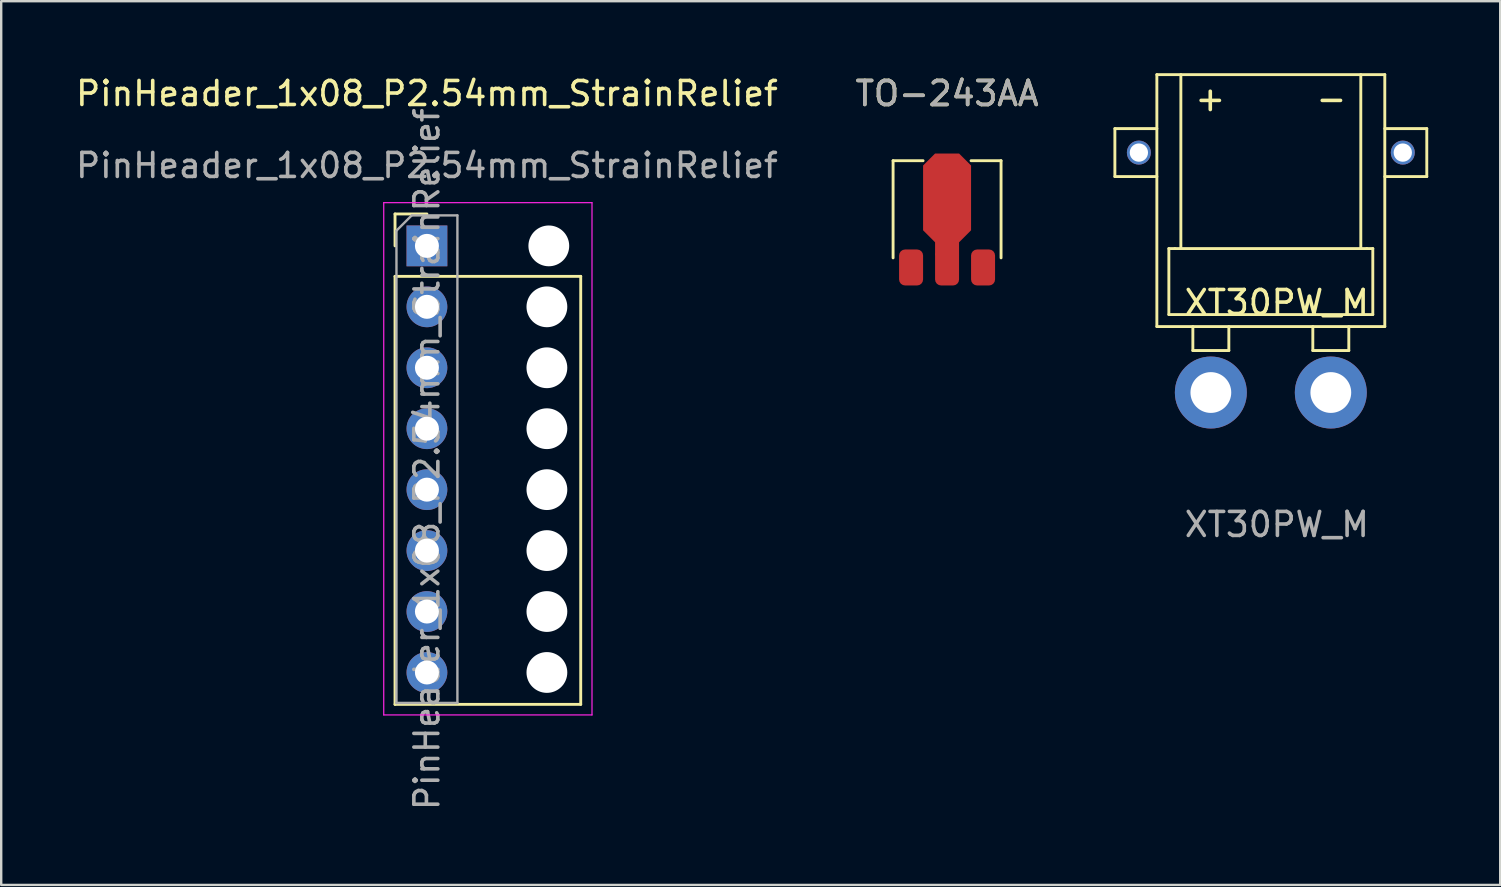
<source format=kicad_pcb>
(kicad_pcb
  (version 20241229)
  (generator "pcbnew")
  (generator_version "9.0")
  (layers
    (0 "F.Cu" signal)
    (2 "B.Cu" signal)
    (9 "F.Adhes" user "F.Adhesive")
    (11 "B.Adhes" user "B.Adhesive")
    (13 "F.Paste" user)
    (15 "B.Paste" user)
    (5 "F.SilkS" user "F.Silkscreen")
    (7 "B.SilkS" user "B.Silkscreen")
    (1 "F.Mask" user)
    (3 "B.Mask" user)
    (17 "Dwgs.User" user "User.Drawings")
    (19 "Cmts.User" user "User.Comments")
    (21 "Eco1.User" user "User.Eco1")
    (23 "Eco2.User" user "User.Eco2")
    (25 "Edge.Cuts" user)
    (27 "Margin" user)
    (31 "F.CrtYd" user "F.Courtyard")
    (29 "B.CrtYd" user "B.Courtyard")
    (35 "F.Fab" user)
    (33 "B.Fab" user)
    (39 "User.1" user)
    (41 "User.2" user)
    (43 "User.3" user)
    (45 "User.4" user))
  (footprint "TO-243AA"
    (layer "F.Cu")
    (at 36.423 8.098)
    (property "Reference" "TO-243AA" (at 0 -7.25 0) (unlocked yes) (layer "F.SilkS") (effects (font (size 1 1) (thickness 0.15))))
    (attr smd)
    (fp_poly (pts (xy 1 -4.25) (xy 1 -1.55) (xy 0.5 -1.05) (xy 0.5 -0.5) (xy -0.5 -0.5) (xy -0.5 -1.05) (xy -1 -1.55) (xy -1 -4.25) (xy -0.5 -4.75) (xy 0.5 -4.75)) (stroke (width 0) (type solid)) (fill yes) (layer "F.Cu"))
    (fp_poly (pts (xy 1 -4.251) (xy 1 -1.551) (xy 0.5 -1.051) (xy 0.5 -0.501) (xy -0.5 -0.501) (xy -0.5 -1.051) (xy -1 -1.551) (xy -1 -4.251) (xy -0.5 -4.751) (xy 0.5 -4.751)) (stroke (width 0) (type solid)) (fill yes) (layer "F.Mask"))
    (fp_line (start -2.25 -4.45) (end -2.25 -0.4) (stroke (width 0.12) (type solid)) (layer "F.SilkS"))
    (fp_line (start -1 -4.45) (end -2.25 -4.45) (stroke (width 0.12) (type solid)) (layer "F.SilkS"))
    (fp_line (start 2.25 -4.45) (end 1 -4.45) (stroke (width 0.12) (type solid)) (layer "F.SilkS"))
    (fp_line (start 2.25 -4.45) (end 2.25 -0.4) (stroke (width 0.12) (type solid)) (layer "F.SilkS"))
    (fp_poly (pts (xy 1 -4.261) (xy 1 -1.561) (xy 0.5 -1.061) (xy 0.5 -0.511) (xy -0.5 -0.511) (xy -0.5 -1.061) (xy -1 -1.561) (xy -1 -4.261) (xy -0.5 -4.761) (xy 0.5 -4.761)) (stroke (width 0) (type solid)) (fill yes) (layer "F.Paste"))
    (fp_text user "${REFERENCE}" (at 0 -7.25 0) (unlocked yes) (layer "F.Fab") (effects (font (size 1 1) (thickness 0.15))))
    (pad "1" smd roundrect (at 1.5 0) (size 1 1.5) (layers "F.Cu" "F.Mask" "F.Paste") (roundrect_rratio 0.25))
    (pad "2" smd roundrect (at -1.5 0) (size 1 1.5) (layers "F.Cu" "F.Mask" "F.Paste") (roundrect_rratio 0.25))
    (pad "3" smd roundrect (at 0 0) (size 1 1.5) (layers "F.Cu" "F.Mask" "F.Paste") (roundrect_rratio 0.25)))
  (footprint "PinHeader_1x08_P2.54mm_StrainRelief"
    (layer "F.Cu")
    (at 14.744 1.348)
    (property "Reference" "PinHeader_1x08_P2.54mm_StrainRelief" (at 0 -0.5 0) (unlocked yes) (layer "F.SilkS") (effects (font (size 1 1) (thickness 0.15))))
    (attr through_hole)
    (fp_line (start -1.33 4.52) (end 0 4.52) (stroke (width 0.12) (type solid)) (layer "F.SilkS"))
    (fp_line (start -1.33 5.85) (end -1.33 4.52) (stroke (width 0.12) (type solid)) (layer "F.SilkS"))
    (fp_line (start -1.33 7.12) (end -1.33 24.96) (stroke (width 0.12) (type solid)) (layer "F.SilkS"))
    (fp_line (start -1.33 7.12) (end 6.41 7.12) (stroke (width 0.12) (type solid)) (layer "F.SilkS"))
    (fp_line (start -1.33 24.96) (end 6.41 24.96) (stroke (width 0.12) (type solid)) (layer "F.SilkS"))
    (fp_line (start 6.41 7.12) (end 6.41 24.96) (stroke (width 0.12) (type solid)) (layer "F.SilkS"))
    (fp_line (start -1.8 4.05) (end -1.8 25.4) (stroke (width 0.05) (type solid)) (layer "F.CrtYd"))
    (fp_line (start -1.8 25.4) (end 6.88 25.4) (stroke (width 0.05) (type solid)) (layer "F.CrtYd"))
    (fp_line (start 6.88 4.05) (end -1.8 4.05) (stroke (width 0.05) (type solid)) (layer "F.CrtYd"))
    (fp_line (start 6.88 25.4) (end 6.88 4.05) (stroke (width 0.05) (type solid)) (layer "F.CrtYd"))
    (fp_line (start -1.27 5.215) (end -0.635 4.58) (stroke (width 0.1) (type solid)) (layer "F.Fab"))
    (fp_line (start -1.27 24.9) (end -1.27 5.215) (stroke (width 0.1) (type solid)) (layer "F.Fab"))
    (fp_line (start -0.635 4.58) (end 1.27 4.58) (stroke (width 0.1) (type solid)) (layer "F.Fab"))
    (fp_line (start 1.27 4.58) (end 1.27 24.9) (stroke (width 0.1) (type solid)) (layer "F.Fab"))
    (fp_line (start 1.27 24.9) (end -1.27 24.9) (stroke (width 0.1) (type solid)) (layer "F.Fab"))
    (fp_text user "${REFERENCE}" (at 0 14.74 90) (layer "F.Fab") (effects (font (size 1 1) (thickness 0.15))))
    (fp_text user "${REFERENCE}" (at 0 2.5 0) (unlocked yes) (layer "F.Fab") (effects (font (size 1 1) (thickness 0.15))))
    (pad "" np_thru_hole circle (at 5 8.39) (size 1.7 1.7) (drill 2) (layers "*.Cu" "*.Mask"))
    (pad "" np_thru_hole circle (at 5 10.93) (size 1.7 1.7) (drill 2) (layers "*.Cu" "*.Mask"))
    (pad "" np_thru_hole circle (at 5 13.47) (size 1.7 1.7) (drill 2) (layers "*.Cu" "*.Mask"))
    (pad "" np_thru_hole circle (at 5 16.01) (size 1.7 1.7) (drill 2) (layers "*.Cu" "*.Mask"))
    (pad "" np_thru_hole circle (at 5 18.55) (size 1.7 1.7) (drill 2) (layers "*.Cu" "*.Mask"))
    (pad "" np_thru_hole circle (at 5 21.09) (size 1.7 1.7) (drill 2) (layers "*.Cu" "*.Mask"))
    (pad "" np_thru_hole circle (at 5 23.63) (size 1.7 1.7) (drill 2) (layers "*.Cu" "*.Mask"))
    (pad "" np_thru_hole circle (at 5.08 5.85) (size 1.7 1.7) (drill 2) (layers "*.Cu" "*.Mask"))
    (pad "1" thru_hole rect (at 0 5.85) (size 1.7 1.7) (drill 1) (layers "*.Cu" "*.Mask"))
    (pad "2" thru_hole oval (at 0 8.39) (size 1.7 1.7) (drill 1) (layers "*.Cu" "*.Mask"))
    (pad "3" thru_hole oval (at 0 10.93) (size 1.7 1.7) (drill 1) (layers "*.Cu" "*.Mask"))
    (pad "4" thru_hole oval (at 0 13.47) (size 1.7 1.7) (drill 1) (layers "*.Cu" "*.Mask"))
    (pad "5" thru_hole oval (at 0 16.01) (size 1.7 1.7) (drill 1) (layers "*.Cu" "*.Mask"))
    (pad "6" thru_hole oval (at 0 18.55) (size 1.7 1.7) (drill 1) (layers "*.Cu" "*.Mask"))
    (pad "7" thru_hole oval (at 0 21.09) (size 1.7 1.7) (drill 1) (layers "*.Cu" "*.Mask"))
    (pad "8" thru_hole oval (at 0 23.63) (size 1.7 1.7) (drill 1) (layers "*.Cu" "*.Mask")))
  (footprint "XT30PW_M"
    (layer "F.Cu")
    (at 49.917 13.31)
    (property "Reference" "XT30PW_M" (at 0.25 -3.75 0) (unlocked yes) (layer "F.SilkS") (effects (font (size 1 1) (thickness 0.15))))
    (attr through_hole)
    (fp_line (start -6.5 -11) (end -6.5 -9) (stroke (width 0.12) (type solid)) (layer "F.SilkS"))
    (fp_line (start -6.5 -9) (end -4.75 -9) (stroke (width 0.12) (type solid)) (layer "F.SilkS"))
    (fp_line (start -4.75 -13.25) (end 4.75 -13.25) (stroke (width 0.12) (type solid)) (layer "F.SilkS"))
    (fp_line (start -4.75 -11) (end -6.5 -11) (stroke (width 0.12) (type solid)) (layer "F.SilkS"))
    (fp_line (start -4.75 -2.75) (end -4.75 -13.25) (stroke (width 0.12) (type solid)) (layer "F.SilkS"))
    (fp_line (start -4.25 -6) (end -4 -6) (stroke (width 0.12) (type solid)) (layer "F.SilkS"))
    (fp_line (start -4.25 -3.25) (end -4.25 -6) (stroke (width 0.12) (type solid)) (layer "F.SilkS"))
    (fp_line (start -3.75 -6) (end -3.75 -13.25) (stroke (width 0.12) (type solid)) (layer "F.SilkS"))
    (fp_line (start -3.25 -1.75) (end -3.25 -2.75) (stroke (width 0.12) (type solid)) (layer "F.SilkS"))
    (fp_line (start -1.75 -2.75) (end -1.75 -1.75) (stroke (width 0.12) (type solid)) (layer "F.SilkS"))
    (fp_line (start -1.75 -1.75) (end -3.25 -1.75) (stroke (width 0.12) (type solid)) (layer "F.SilkS"))
    (fp_line (start 1.75 -1.75) (end 1.75 -2.75) (stroke (width 0.12) (type solid)) (layer "F.SilkS"))
    (fp_line (start 3.25 -2.75) (end 3.25 -1.75) (stroke (width 0.12) (type solid)) (layer "F.SilkS"))
    (fp_line (start 3.25 -1.75) (end 1.75 -1.75) (stroke (width 0.12) (type solid)) (layer "F.SilkS"))
    (fp_line (start 3.75 -13.25) (end 3.75 -6) (stroke (width 0.12) (type solid)) (layer "F.SilkS"))
    (fp_line (start 4 -6) (end -4 -6) (stroke (width 0.12) (type solid)) (layer "F.SilkS"))
    (fp_line (start 4 -6) (end 4.25 -6) (stroke (width 0.12) (type solid)) (layer "F.SilkS"))
    (fp_line (start 4.25 -6) (end 4.25 -3.25) (stroke (width 0.12) (type solid)) (layer "F.SilkS"))
    (fp_line (start 4.25 -3.25) (end -4.25 -3.25) (stroke (width 0.12) (type solid)) (layer "F.SilkS"))
    (fp_line (start 4.75 -13.25) (end 4.75 -2.75) (stroke (width 0.12) (type solid)) (layer "F.SilkS"))
    (fp_line (start 4.75 -11) (end 6.5 -11) (stroke (width 0.12) (type solid)) (layer "F.SilkS"))
    (fp_line (start 4.75 -2.75) (end -4.75 -2.75) (stroke (width 0.12) (type solid)) (layer "F.SilkS"))
    (fp_line (start 6.5 -11) (end 6.5 -9) (stroke (width 0.12) (type solid)) (layer "F.SilkS"))
    (fp_line (start 6.5 -9) (end 4.75 -9) (stroke (width 0.12) (type solid)) (layer "F.SilkS"))
    (fp_text user "+     -" (at 0 -12.25 0) (unlocked yes) (layer "F.SilkS") (effects (font (size 1 1) (thickness 0.15))))
    (fp_text user "${REFERENCE}" (at 0.25 5.5 0) (unlocked yes) (layer "F.Fab") (effects (font (size 1 1) (thickness 0.15))))
    (pad "" np_thru_hole circle (at -5.5 -10) (size 1 1) (drill 0.762) (layers "*.Cu" "*.Mask"))
    (pad "" np_thru_hole circle (at 5.5 -10) (size 1 1) (drill 0.762) (layers "*.Cu" "*.Mask"))
    (pad "1" thru_hole circle (at -2.5 0) (size 3 3) (drill 1.7) (layers "*.Cu" "*.Mask"))
    (pad "2" thru_hole circle (at 2.5 0) (size 3 3) (drill 1.7) (layers "*.Cu" "*.Mask")))
  (gr_rect
    (start -3 -3)
    (end 59.477 33.832)
    (stroke (width 0.1) (type default))
    (fill no)
    (layer "Edge.Cuts")))
</source>
